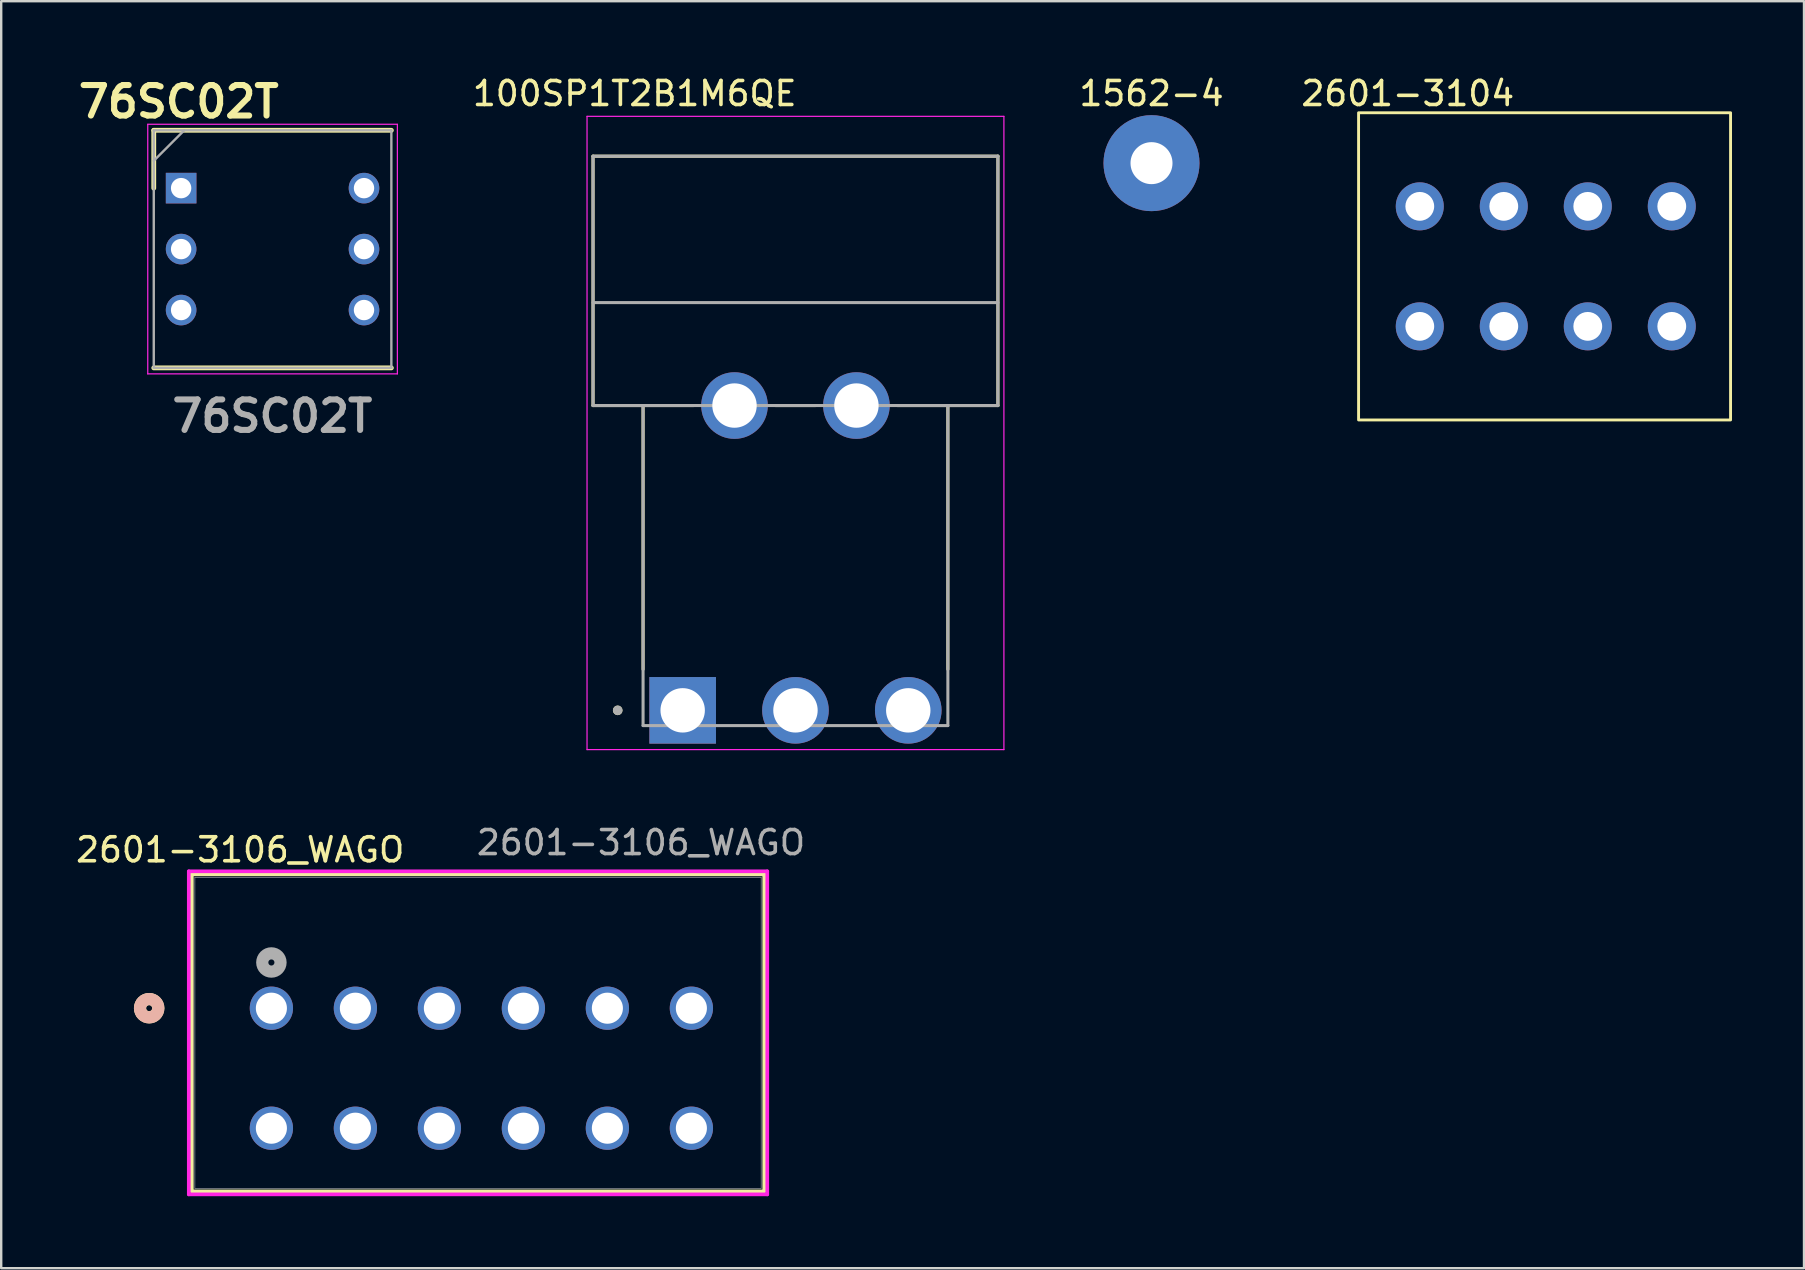
<source format=kicad_pcb>
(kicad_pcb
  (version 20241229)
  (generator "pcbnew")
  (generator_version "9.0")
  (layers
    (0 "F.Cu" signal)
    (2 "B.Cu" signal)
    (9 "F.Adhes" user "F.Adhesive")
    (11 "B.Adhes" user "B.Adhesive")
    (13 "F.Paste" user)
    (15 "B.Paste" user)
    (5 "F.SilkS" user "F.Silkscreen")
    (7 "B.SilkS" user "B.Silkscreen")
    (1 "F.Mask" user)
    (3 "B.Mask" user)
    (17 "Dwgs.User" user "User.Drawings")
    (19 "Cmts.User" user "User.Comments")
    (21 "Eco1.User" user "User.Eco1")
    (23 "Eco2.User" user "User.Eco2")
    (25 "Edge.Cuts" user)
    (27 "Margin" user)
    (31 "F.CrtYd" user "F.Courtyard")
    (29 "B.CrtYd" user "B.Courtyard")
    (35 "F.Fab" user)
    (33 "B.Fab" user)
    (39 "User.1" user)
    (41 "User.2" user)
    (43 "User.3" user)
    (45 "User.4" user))
  (footprint "2601-3106_WAGO"
    (layer "F.Cu")
    (at 8.258 38.959)
    (property "Reference" "2601-3106_WAGO" (at -1.3 -6.6 0) (unlocked yes) (layer "F.SilkS") (effects (font (size 1 1) (thickness 0.15))))
    (attr through_hole)
    (fp_line (start -3.315 -5.577) (end -3.315 7.631) (stroke (width 0.152) (type solid)) (layer "F.SilkS"))
    (fp_line (start -3.315 7.631) (end 20.535 7.631) (stroke (width 0.152) (type solid)) (layer "F.SilkS"))
    (fp_line (start 20.535 -5.577) (end -3.315 -5.577) (stroke (width 0.152) (type solid)) (layer "F.SilkS"))
    (fp_line (start 20.535 7.631) (end 20.535 -5.577) (stroke (width 0.152) (type solid)) (layer "F.SilkS"))
    (fp_circle (center -5.093 0) (end -4.712 0) (stroke (width 0.508) (type solid)) (fill no) (layer "F.SilkS"))
    (fp_circle (center -5.093 0) (end -4.712 0) (stroke (width 0.508) (type solid)) (fill no) (layer "B.SilkS"))
    (fp_line (start -3.442 -5.704) (end -3.442 7.758) (stroke (width 0.152) (type solid)) (layer "F.CrtYd"))
    (fp_line (start -3.442 7.758) (end 20.662 7.758) (stroke (width 0.152) (type solid)) (layer "F.CrtYd"))
    (fp_line (start 20.662 -5.704) (end -3.442 -5.704) (stroke (width 0.152) (type solid)) (layer "F.CrtYd"))
    (fp_line (start 20.662 7.758) (end 20.662 -5.704) (stroke (width 0.152) (type solid)) (layer "F.CrtYd"))
    (fp_line (start -3.188 -5.45) (end -3.188 7.504) (stroke (width 0.025) (type solid)) (layer "F.Fab"))
    (fp_line (start -3.188 7.504) (end 20.408 7.504) (stroke (width 0.025) (type solid)) (layer "F.Fab"))
    (fp_line (start 20.408 -5.45) (end -3.188 -5.45) (stroke (width 0.025) (type solid)) (layer "F.Fab"))
    (fp_line (start 20.408 7.504) (end 20.408 -5.45) (stroke (width 0.025) (type solid)) (layer "F.Fab"))
    (fp_circle (center 0 -1.905) (end 0.381 -1.905) (stroke (width 0.508) (type solid)) (fill no) (layer "F.Fab"))
    (fp_text user "${REFERENCE}" (at 15.4 -6.9 0) (unlocked yes) (layer "F.Fab") (effects (font (size 1 1) (thickness 0.15))))
    (pad "1_1" thru_hole circle (at 0 0) (size 1.803 1.803) (drill 1.295) (layers "*.Cu" "*.Mask"))
    (pad "1_2" thru_hole circle (at 0 5) (size 1.803 1.803) (drill 1.295) (layers "*.Cu" "*.Mask"))
    (pad "2_1" thru_hole circle (at 3.5 0) (size 1.803 1.803) (drill 1.295) (layers "*.Cu" "*.Mask"))
    (pad "2_2" thru_hole circle (at 3.5 5) (size 1.803 1.803) (drill 1.295) (layers "*.Cu" "*.Mask"))
    (pad "3_1" thru_hole circle (at 7 0) (size 1.803 1.803) (drill 1.295) (layers "*.Cu" "*.Mask"))
    (pad "3_2" thru_hole circle (at 7 5) (size 1.803 1.803) (drill 1.295) (layers "*.Cu" "*.Mask"))
    (pad "4_1" thru_hole circle (at 10.5 0) (size 1.803 1.803) (drill 1.295) (layers "*.Cu" "*.Mask"))
    (pad "4_2" thru_hole circle (at 10.5 5) (size 1.803 1.803) (drill 1.295) (layers "*.Cu" "*.Mask"))
    (pad "5_1" thru_hole circle (at 14 0) (size 1.803 1.803) (drill 1.295) (layers "*.Cu" "*.Mask"))
    (pad "5_2" thru_hole circle (at 14 5) (size 1.803 1.803) (drill 1.295) (layers "*.Cu" "*.Mask"))
    (pad "6_1" thru_hole circle (at 17.5 0) (size 1.803 1.803) (drill 1.295) (layers "*.Cu" "*.Mask"))
    (pad "6_2" thru_hole circle (at 17.5 5) (size 1.803 1.803) (drill 1.295) (layers "*.Cu" "*.Mask")))
  (footprint "100SP1T2B1M6QE"
    (layer "F.Cu")
    (at 30.095 26.548)
    (property "Reference" "100SP1T2B1M6QE" (at -6.7 -25.7 0) (layer "F.SilkS") (effects (font (size 1 1) (thickness 0.15))))
    (attr through_hole)
    (fp_line (start -8.435 -12.7) (end -8.435 -23.09) (stroke (width 0.127) (type solid)) (layer "F.SilkS"))
    (fp_line (start -6.35 -12.7) (end -8.435 -12.7) (stroke (width 0.127) (type solid)) (layer "F.SilkS"))
    (fp_line (start -6.35 -12.7) (end -6.35 -1.708) (stroke (width 0.127) (type solid)) (layer "F.SilkS"))
    (fp_line (start -4.247 -12.7) (end -6.35 -12.7) (stroke (width 0.127) (type solid)) (layer "F.SilkS"))
    (fp_line (start -0.833 -12.7) (end 0.833 -12.7) (stroke (width 0.127) (type solid)) (layer "F.SilkS"))
    (fp_line (start 6.35 -12.7) (end 4.247 -12.7) (stroke (width 0.127) (type solid)) (layer "F.SilkS"))
    (fp_line (start 6.35 -12.7) (end 8.435 -12.7) (stroke (width 0.127) (type solid)) (layer "F.SilkS"))
    (fp_line (start 6.35 -1.708) (end 6.35 -12.7) (stroke (width 0.127) (type solid)) (layer "F.SilkS"))
    (fp_line (start 8.435 -23.09) (end -8.435 -23.09) (stroke (width 0.127) (type solid)) (layer "F.SilkS"))
    (fp_line (start 8.435 -12.7) (end 8.435 -23.09) (stroke (width 0.127) (type solid)) (layer "F.SilkS"))
    (fp_circle (center -7.407 0) (end -7.307 0) (stroke (width 0.2) (type solid)) (fill no) (layer "F.SilkS"))
    (fp_line (start -8.685 -24.75) (end -8.685 1.637) (stroke (width 0.05) (type solid)) (layer "F.CrtYd"))
    (fp_line (start -8.685 1.637) (end 8.685 1.637) (stroke (width 0.05) (type solid)) (layer "F.CrtYd"))
    (fp_line (start 8.685 -24.75) (end -8.685 -24.75) (stroke (width 0.05) (type solid)) (layer "F.CrtYd"))
    (fp_line (start 8.685 1.637) (end 8.685 -24.75) (stroke (width 0.05) (type solid)) (layer "F.CrtYd"))
    (fp_line (start -8.435 -12.7) (end -8.435 -23.09) (stroke (width 0.127) (type solid)) (layer "F.Fab"))
    (fp_line (start -6.35 -12.7) (end -8.435 -12.7) (stroke (width 0.127) (type solid)) (layer "F.Fab"))
    (fp_line (start -6.35 -12.7) (end -6.35 0.635) (stroke (width 0.127) (type solid)) (layer "F.Fab"))
    (fp_line (start -6.35 0.635) (end 6.35 0.635) (stroke (width 0.127) (type solid)) (layer "F.Fab"))
    (fp_line (start 6.35 -12.7) (end -6.35 -12.7) (stroke (width 0.127) (type solid)) (layer "F.Fab"))
    (fp_line (start 6.35 -12.7) (end 8.435 -12.7) (stroke (width 0.127) (type solid)) (layer "F.Fab"))
    (fp_line (start 6.35 0.635) (end 6.35 -12.7) (stroke (width 0.127) (type solid)) (layer "F.Fab"))
    (fp_line (start 8.435 -23.09) (end -8.435 -23.09) (stroke (width 0.127) (type solid)) (layer "F.Fab"))
    (fp_line (start 8.435 -16.99) (end -8.435 -16.99) (stroke (width 0.127) (type solid)) (layer "F.Fab"))
    (fp_line (start 8.435 -12.7) (end 8.435 -23.09) (stroke (width 0.127) (type solid)) (layer "F.Fab"))
    (fp_circle (center -7.407 0) (end -7.307 0) (stroke (width 0.2) (type solid)) (fill no) (layer "F.Fab"))
    (pad "1" thru_hole rect (at -4.7 0) (size 2.775 2.775) (drill 1.85) (layers "*.Cu" "*.Mask"))
    (pad "2" thru_hole circle (at 0 0) (size 2.775 2.775) (drill 1.85) (layers "*.Cu" "*.Mask"))
    (pad "3" thru_hole circle (at 4.7 0) (size 2.775 2.775) (drill 1.85) (layers "*.Cu" "*.Mask"))
    (pad "S1" thru_hole circle (at -2.54 -12.7) (size 2.775 2.775) (drill 1.85) (layers "*.Cu" "*.Mask"))
    (pad "S2" thru_hole circle (at 2.54 -12.7) (size 2.775 2.775) (drill 1.85) (layers "*.Cu" "*.Mask")))
  (footprint "76SC02T"
    (layer "F.Cu")
    (at 4.497 4.789)
    (property "Reference" "76SC02T" (at -0.1 -3.6 0) (layer "F.SilkS") (effects (font (size 1.27 1.27) (thickness 0.254))))
    (attr through_hole)
    (fp_line (start -1.14 -2.41) (end -1.14 0) (stroke (width 0.2) (type solid)) (layer "F.SilkS"))
    (fp_line (start -1.14 7.49) (end 8.76 7.49) (stroke (width 0.2) (type solid)) (layer "F.SilkS"))
    (fp_line (start 8.76 -2.41) (end -1.14 -2.41) (stroke (width 0.2) (type solid)) (layer "F.SilkS"))
    (fp_line (start -1.39 -2.66) (end 9.01 -2.66) (stroke (width 0.05) (type solid)) (layer "F.CrtYd"))
    (fp_line (start -1.39 7.74) (end -1.39 -2.66) (stroke (width 0.05) (type solid)) (layer "F.CrtYd"))
    (fp_line (start 9.01 -2.66) (end 9.01 7.74) (stroke (width 0.05) (type solid)) (layer "F.CrtYd"))
    (fp_line (start 9.01 7.74) (end -1.39 7.74) (stroke (width 0.05) (type solid)) (layer "F.CrtYd"))
    (fp_line (start -1.14 -2.41) (end 8.76 -2.41) (stroke (width 0.1) (type solid)) (layer "F.Fab"))
    (fp_line (start -1.14 -1.14) (end 0.13 -2.41) (stroke (width 0.1) (type solid)) (layer "F.Fab"))
    (fp_line (start -1.14 7.49) (end -1.14 -2.41) (stroke (width 0.1) (type solid)) (layer "F.Fab"))
    (fp_line (start 8.76 -2.41) (end 8.76 7.49) (stroke (width 0.1) (type solid)) (layer "F.Fab"))
    (fp_line (start 8.76 7.49) (end -1.14 7.49) (stroke (width 0.1) (type solid)) (layer "F.Fab"))
    (fp_text user "${REFERENCE}" (at 3.8 9.5 0) (layer "F.Fab") (effects (font (size 1.27 1.27) (thickness 0.254))))
    (pad "1" thru_hole rect (at 0 0) (size 1.275 1.275) (drill 0.85) (layers "*.Cu" "*.Mask"))
    (pad "2" thru_hole circle (at 0 2.54) (size 1.275 1.275) (drill 0.85) (layers "*.Cu" "*.Mask"))
    (pad "3" thru_hole circle (at 0 5.08) (size 1.275 1.275) (drill 0.85) (layers "*.Cu" "*.Mask"))
    (pad "4" thru_hole circle (at 7.62 5.08) (size 1.275 1.275) (drill 0.85) (layers "*.Cu" "*.Mask"))
    (pad "5" thru_hole circle (at 7.62 2.54) (size 1.275 1.275) (drill 0.85) (layers "*.Cu" "*.Mask"))
    (pad "6" thru_hole circle (at 7.62 0) (size 1.275 1.275) (drill 0.85) (layers "*.Cu" "*.Mask")))
  (footprint "1562-4"
    (layer "F.Cu")
    (at 44.93 3.748)
    (property "Reference" "1562-4" (at 0 -2.9 0) (unlocked yes) (layer "F.SilkS") (effects (font (size 1 1) (thickness 0.15))))
    (attr through_hole)
    (pad "1" thru_hole circle (at 0 0) (size 4 4) (drill 1.75) (layers "*.Cu" "*.Mask")))
  (footprint "2601-3104"
    (layer "F.Cu")
    (at 61.508 7.948)
    (property "Reference" "2601-3104" (at -5.9 -7.1 0) (unlocked yes) (layer "F.SilkS") (effects (font (size 1 1) (thickness 0.15))))
    (attr through_hole)
    (fp_rect (start -7.95 -6.3) (end 7.55 6.5) (stroke (width 0.12) (type default)) (fill no) (layer "F.SilkS"))
    (pad "1" thru_hole circle (at -5.4 -2.4) (size 2 2) (drill 1.2) (layers "*.Cu" "*.Mask"))
    (pad "1" thru_hole circle (at -5.4 2.6) (size 2 2) (drill 1.2) (layers "*.Cu" "*.Mask"))
    (pad "2" thru_hole circle (at -1.9 -2.4) (size 2 2) (drill 1.2) (layers "*.Cu" "*.Mask"))
    (pad "2" thru_hole circle (at -1.9 2.6) (size 2 2) (drill 1.2) (layers "*.Cu" "*.Mask"))
    (pad "3" thru_hole circle (at 1.6 -2.4) (size 2 2) (drill 1.2) (layers "*.Cu" "*.Mask"))
    (pad "3" thru_hole circle (at 1.6 2.6) (size 2 2) (drill 1.2) (layers "*.Cu" "*.Mask"))
    (pad "4" thru_hole circle (at 5.1 -2.4) (size 2 2) (drill 1.2) (layers "*.Cu" "*.Mask"))
    (pad "4" thru_hole circle (at 5.1 2.6) (size 2 2) (drill 1.2) (layers "*.Cu" "*.Mask")))
  (gr_rect
    (start -3 -3)
    (end 72.118 49.793)
    (stroke (width 0.1) (type default))
    (fill no)
    (layer "Edge.Cuts")))
</source>
